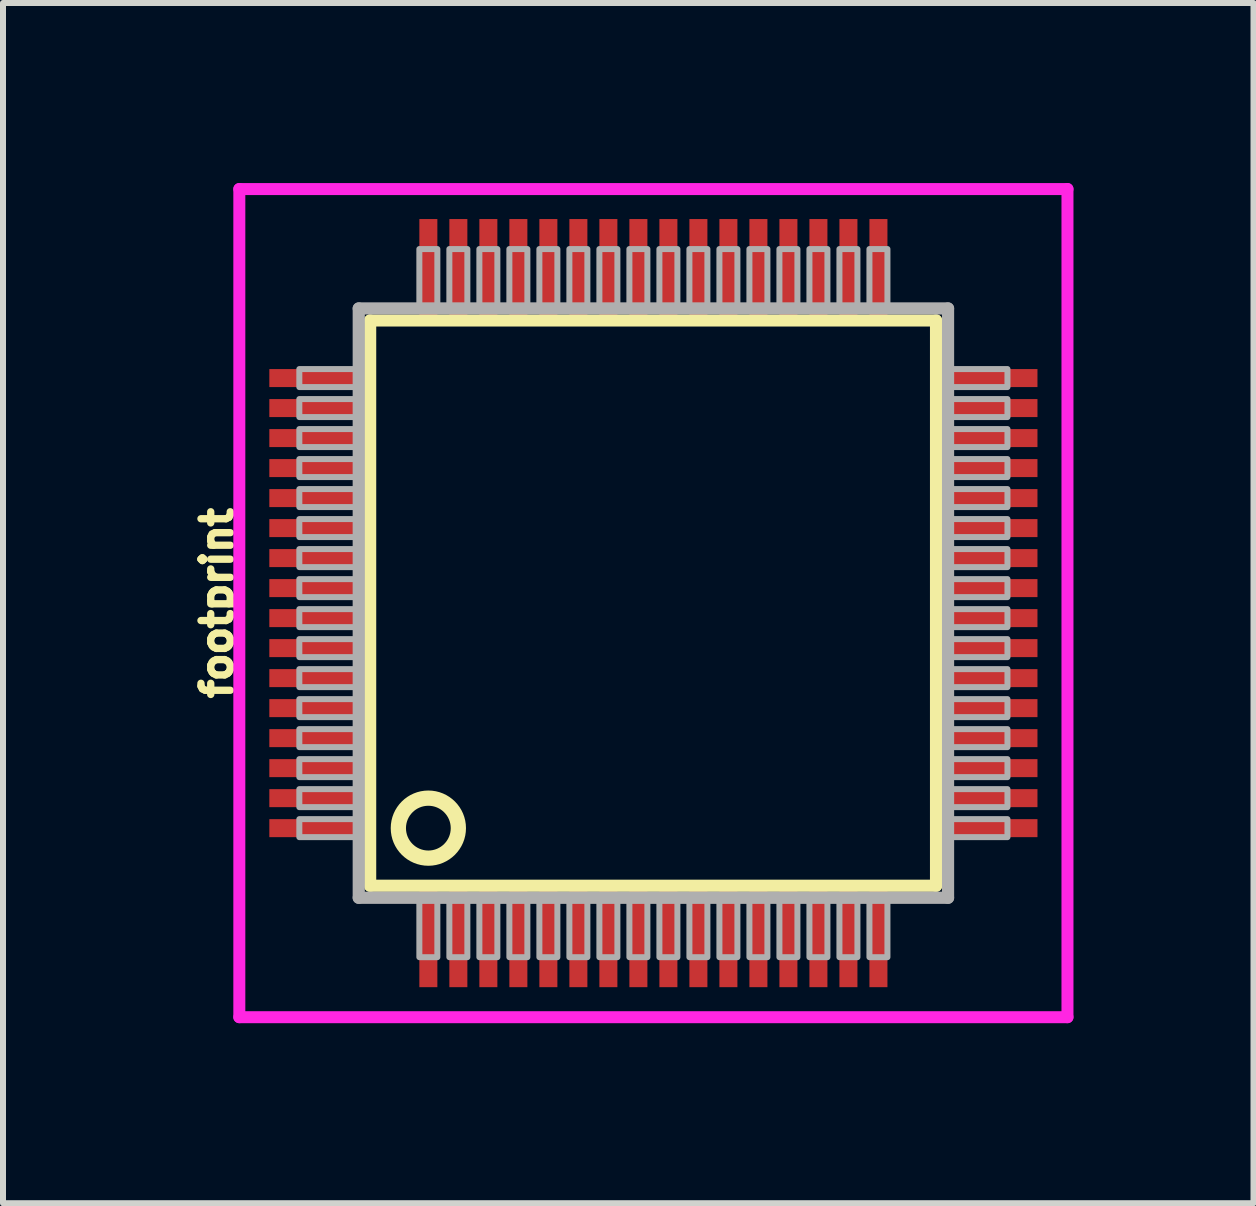
<source format=kicad_pcb>
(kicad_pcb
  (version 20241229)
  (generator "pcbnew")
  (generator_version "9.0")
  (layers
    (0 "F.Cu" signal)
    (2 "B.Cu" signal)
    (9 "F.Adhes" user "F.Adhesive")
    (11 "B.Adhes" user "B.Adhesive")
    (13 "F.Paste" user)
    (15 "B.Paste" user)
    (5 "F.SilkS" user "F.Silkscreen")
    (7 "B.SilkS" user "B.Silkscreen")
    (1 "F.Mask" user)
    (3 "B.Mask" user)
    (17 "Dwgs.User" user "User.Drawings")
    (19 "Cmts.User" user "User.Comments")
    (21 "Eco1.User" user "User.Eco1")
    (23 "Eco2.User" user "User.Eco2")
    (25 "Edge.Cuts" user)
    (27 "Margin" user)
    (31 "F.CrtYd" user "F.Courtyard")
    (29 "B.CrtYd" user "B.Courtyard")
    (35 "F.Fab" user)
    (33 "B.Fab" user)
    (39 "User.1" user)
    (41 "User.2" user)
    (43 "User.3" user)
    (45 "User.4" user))
  (footprint "footprint"
    (layer "F.Cu")
    (at 7.838 7)
    (property "Reference" "footprint" (at -6.985 0 90) (layer "F.SilkS") (effects (font (size 0.488 0.488) (thickness 0.122)) (justify bottom)))
    (fp_line (start -4.72 -4.71) (end 4.71 -4.71) (stroke (width 0.203) (type solid)) (layer "F.SilkS"))
    (fp_line (start -4.72 4.71) (end -4.72 -4.71) (stroke (width 0.203) (type solid)) (layer "F.SilkS"))
    (fp_line (start 4.71 -4.71) (end 4.71 4.71) (stroke (width 0.203) (type solid)) (layer "F.SilkS"))
    (fp_line (start 4.71 4.71) (end -4.72 4.71) (stroke (width 0.203) (type solid)) (layer "F.SilkS"))
    (fp_circle (center -3.75 3.75) (end -3.25 3.75) (stroke (width 0.254) (type solid)) (fill no) (layer "F.SilkS"))
    (fp_poly (pts (xy -6.307 -3.114) (xy -5.286 -3.114) (xy -5.286 -3.386) (xy -6.307 -3.386)) (stroke (width 0) (type solid)) (fill yes) (layer "F.Paste"))
    (fp_poly (pts (xy -6.307 -2.113) (xy -5.286 -2.113) (xy -5.286 -2.385) (xy -6.307 -2.385)) (stroke (width 0) (type solid)) (fill yes) (layer "F.Paste"))
    (fp_poly (pts (xy -6.307 -1.115) (xy -5.286 -1.115) (xy -5.286 -1.387) (xy -6.307 -1.387)) (stroke (width 0) (type solid)) (fill yes) (layer "F.Paste"))
    (fp_poly (pts (xy -6.307 -0.119) (xy -5.286 -0.119) (xy -5.286 -0.391) (xy -6.307 -0.391)) (stroke (width 0) (type solid)) (fill yes) (layer "F.Paste"))
    (fp_poly (pts (xy -6.307 0.886) (xy -5.286 0.886) (xy -5.286 0.615) (xy -6.307 0.615)) (stroke (width 0) (type solid)) (fill yes) (layer "F.Paste"))
    (fp_poly (pts (xy -6.307 1.885) (xy -5.286 1.885) (xy -5.286 1.613) (xy -6.307 1.613)) (stroke (width 0) (type solid)) (fill yes) (layer "F.Paste"))
    (fp_poly (pts (xy -6.307 2.885) (xy -5.286 2.885) (xy -5.286 2.614) (xy -6.307 2.614)) (stroke (width 0) (type solid)) (fill yes) (layer "F.Paste"))
    (fp_poly (pts (xy -6.307 3.884) (xy -5.286 3.884) (xy -5.286 3.612) (xy -6.307 3.612)) (stroke (width 0) (type solid)) (fill yes) (layer "F.Paste"))
    (fp_poly (pts (xy -6.068 -3.614) (xy -5.047 -3.614) (xy -5.047 -3.886) (xy -6.068 -3.886)) (stroke (width 0) (type solid)) (fill yes) (layer "F.Paste"))
    (fp_poly (pts (xy -6.068 -2.614) (xy -5.047 -2.614) (xy -5.047 -2.885) (xy -6.068 -2.885)) (stroke (width 0) (type solid)) (fill yes) (layer "F.Paste"))
    (fp_poly (pts (xy -6.068 -1.615) (xy -5.047 -1.615) (xy -5.047 -1.887) (xy -6.068 -1.887)) (stroke (width 0) (type solid)) (fill yes) (layer "F.Paste"))
    (fp_poly (pts (xy -6.068 -0.62) (xy -5.047 -0.62) (xy -5.047 -0.891) (xy -6.068 -0.891)) (stroke (width 0) (type solid)) (fill yes) (layer "F.Paste"))
    (fp_poly (pts (xy -6.068 0.386) (xy -5.047 0.386) (xy -5.047 0.114) (xy -6.068 0.114)) (stroke (width 0) (type solid)) (fill yes) (layer "F.Paste"))
    (fp_poly (pts (xy -6.068 1.384) (xy -5.047 1.384) (xy -5.047 1.113) (xy -6.068 1.113)) (stroke (width 0) (type solid)) (fill yes) (layer "F.Paste"))
    (fp_poly (pts (xy -6.068 2.385) (xy -5.047 2.385) (xy -5.047 2.113) (xy -6.068 2.113)) (stroke (width 0) (type solid)) (fill yes) (layer "F.Paste"))
    (fp_poly (pts (xy -6.068 3.383) (xy -5.047 3.383) (xy -5.047 3.111) (xy -6.068 3.111)) (stroke (width 0) (type solid)) (fill yes) (layer "F.Paste"))
    (fp_poly (pts (xy -3.614 6.032) (xy -3.614 5.011) (xy -3.886 5.011) (xy -3.886 6.032)) (stroke (width 0) (type solid)) (fill yes) (layer "F.Paste"))
    (fp_poly (pts (xy -3.612 -5.293) (xy -3.612 -6.314) (xy -3.884 -6.314) (xy -3.884 -5.293)) (stroke (width 0) (type solid)) (fill yes) (layer "F.Paste"))
    (fp_poly (pts (xy -3.114 6.271) (xy -3.114 5.25) (xy -3.386 5.25) (xy -3.386 6.271)) (stroke (width 0) (type solid)) (fill yes) (layer "F.Paste"))
    (fp_poly (pts (xy -3.111 -5.055) (xy -3.111 -6.076) (xy -3.383 -6.076) (xy -3.383 -5.055)) (stroke (width 0) (type solid)) (fill yes) (layer "F.Paste"))
    (fp_poly (pts (xy -2.614 6.032) (xy -2.614 5.011) (xy -2.885 5.011) (xy -2.885 6.032)) (stroke (width 0) (type solid)) (fill yes) (layer "F.Paste"))
    (fp_poly (pts (xy -2.611 -5.293) (xy -2.611 -6.314) (xy -2.883 -6.314) (xy -2.883 -5.293)) (stroke (width 0) (type solid)) (fill yes) (layer "F.Paste"))
    (fp_poly (pts (xy -2.113 6.271) (xy -2.113 5.25) (xy -2.385 5.25) (xy -2.385 6.271)) (stroke (width 0) (type solid)) (fill yes) (layer "F.Paste"))
    (fp_poly (pts (xy -2.111 -5.055) (xy -2.111 -6.076) (xy -2.382 -6.076) (xy -2.382 -5.055)) (stroke (width 0) (type solid)) (fill yes) (layer "F.Paste"))
    (fp_poly (pts (xy -1.615 6.032) (xy -1.615 5.011) (xy -1.887 5.011) (xy -1.887 6.032)) (stroke (width 0) (type solid)) (fill yes) (layer "F.Paste"))
    (fp_poly (pts (xy -1.613 -5.293) (xy -1.613 -6.314) (xy -1.885 -6.314) (xy -1.885 -5.293)) (stroke (width 0) (type solid)) (fill yes) (layer "F.Paste"))
    (fp_poly (pts (xy -1.115 6.271) (xy -1.115 5.25) (xy -1.387 5.25) (xy -1.387 6.271)) (stroke (width 0) (type solid)) (fill yes) (layer "F.Paste"))
    (fp_poly (pts (xy -1.113 -5.055) (xy -1.113 -6.076) (xy -1.384 -6.076) (xy -1.384 -5.055)) (stroke (width 0) (type solid)) (fill yes) (layer "F.Paste"))
    (fp_poly (pts (xy -0.62 6.032) (xy -0.62 5.011) (xy -0.891 5.011) (xy -0.891 6.032)) (stroke (width 0) (type solid)) (fill yes) (layer "F.Paste"))
    (fp_poly (pts (xy -0.617 -5.293) (xy -0.617 -6.314) (xy -0.889 -6.314) (xy -0.889 -5.293)) (stroke (width 0) (type solid)) (fill yes) (layer "F.Paste"))
    (fp_poly (pts (xy -0.119 6.271) (xy -0.119 5.25) (xy -0.391 5.25) (xy -0.391 6.271)) (stroke (width 0) (type solid)) (fill yes) (layer "F.Paste"))
    (fp_poly (pts (xy -0.117 -5.055) (xy -0.117 -6.076) (xy -0.389 -6.076) (xy -0.389 -5.055)) (stroke (width 0) (type solid)) (fill yes) (layer "F.Paste"))
    (fp_poly (pts (xy 0.386 6.032) (xy 0.386 5.011) (xy 0.114 5.011) (xy 0.114 6.032)) (stroke (width 0) (type solid)) (fill yes) (layer "F.Paste"))
    (fp_poly (pts (xy 0.389 -5.293) (xy 0.389 -6.314) (xy 0.117 -6.314) (xy 0.117 -5.293)) (stroke (width 0) (type solid)) (fill yes) (layer "F.Paste"))
    (fp_poly (pts (xy 0.886 6.271) (xy 0.886 5.25) (xy 0.615 5.25) (xy 0.615 6.271)) (stroke (width 0) (type solid)) (fill yes) (layer "F.Paste"))
    (fp_poly (pts (xy 0.889 -5.055) (xy 0.889 -6.076) (xy 0.617 -6.076) (xy 0.617 -5.055)) (stroke (width 0) (type solid)) (fill yes) (layer "F.Paste"))
    (fp_poly (pts (xy 1.384 6.032) (xy 1.384 5.011) (xy 1.113 5.011) (xy 1.113 6.032)) (stroke (width 0) (type solid)) (fill yes) (layer "F.Paste"))
    (fp_poly (pts (xy 1.387 -5.293) (xy 1.387 -6.314) (xy 1.115 -6.314) (xy 1.115 -5.293)) (stroke (width 0) (type solid)) (fill yes) (layer "F.Paste"))
    (fp_poly (pts (xy 1.885 6.271) (xy 1.885 5.25) (xy 1.613 5.25) (xy 1.613 6.271)) (stroke (width 0) (type solid)) (fill yes) (layer "F.Paste"))
    (fp_poly (pts (xy 1.887 -5.055) (xy 1.887 -6.076) (xy 1.615 -6.076) (xy 1.615 -5.055)) (stroke (width 0) (type solid)) (fill yes) (layer "F.Paste"))
    (fp_poly (pts (xy 2.385 6.032) (xy 2.385 5.011) (xy 2.113 5.011) (xy 2.113 6.032)) (stroke (width 0) (type solid)) (fill yes) (layer "F.Paste"))
    (fp_poly (pts (xy 2.388 -5.293) (xy 2.388 -6.314) (xy 2.116 -6.314) (xy 2.116 -5.293)) (stroke (width 0) (type solid)) (fill yes) (layer "F.Paste"))
    (fp_poly (pts (xy 2.885 6.271) (xy 2.885 5.25) (xy 2.614 5.25) (xy 2.614 6.271)) (stroke (width 0) (type solid)) (fill yes) (layer "F.Paste"))
    (fp_poly (pts (xy 2.888 -5.055) (xy 2.888 -6.076) (xy 2.616 -6.076) (xy 2.616 -5.055)) (stroke (width 0) (type solid)) (fill yes) (layer "F.Paste"))
    (fp_poly (pts (xy 3.383 6.032) (xy 3.383 5.011) (xy 3.111 5.011) (xy 3.111 6.032)) (stroke (width 0) (type solid)) (fill yes) (layer "F.Paste"))
    (fp_poly (pts (xy 3.386 -5.293) (xy 3.386 -6.314) (xy 3.114 -6.314) (xy 3.114 -5.293)) (stroke (width 0) (type solid)) (fill yes) (layer "F.Paste"))
    (fp_poly (pts (xy 3.884 6.271) (xy 3.884 5.25) (xy 3.612 5.25) (xy 3.612 6.271)) (stroke (width 0) (type solid)) (fill yes) (layer "F.Paste"))
    (fp_poly (pts (xy 3.886 -5.055) (xy 3.886 -6.076) (xy 3.614 -6.076) (xy 3.614 -5.055)) (stroke (width 0) (type solid)) (fill yes) (layer "F.Paste"))
    (fp_poly (pts (xy 5.05 -3.111) (xy 6.071 -3.111) (xy 6.071 -3.383) (xy 5.05 -3.383)) (stroke (width 0) (type solid)) (fill yes) (layer "F.Paste"))
    (fp_poly (pts (xy 5.05 -2.111) (xy 6.071 -2.111) (xy 6.071 -2.382) (xy 5.05 -2.382)) (stroke (width 0) (type solid)) (fill yes) (layer "F.Paste"))
    (fp_poly (pts (xy 5.05 -1.113) (xy 6.071 -1.113) (xy 6.071 -1.384) (xy 5.05 -1.384)) (stroke (width 0) (type solid)) (fill yes) (layer "F.Paste"))
    (fp_poly (pts (xy 5.05 -0.117) (xy 6.071 -0.117) (xy 6.071 -0.389) (xy 5.05 -0.389)) (stroke (width 0) (type solid)) (fill yes) (layer "F.Paste"))
    (fp_poly (pts (xy 5.05 0.889) (xy 6.071 0.889) (xy 6.071 0.617) (xy 5.05 0.617)) (stroke (width 0) (type solid)) (fill yes) (layer "F.Paste"))
    (fp_poly (pts (xy 5.05 1.887) (xy 6.071 1.887) (xy 6.071 1.615) (xy 5.05 1.615)) (stroke (width 0) (type solid)) (fill yes) (layer "F.Paste"))
    (fp_poly (pts (xy 5.05 2.888) (xy 6.071 2.888) (xy 6.071 2.616) (xy 5.05 2.616)) (stroke (width 0) (type solid)) (fill yes) (layer "F.Paste"))
    (fp_poly (pts (xy 5.05 3.886) (xy 6.071 3.886) (xy 6.071 3.614) (xy 5.05 3.614)) (stroke (width 0) (type solid)) (fill yes) (layer "F.Paste"))
    (fp_poly (pts (xy 5.288 -3.612) (xy 6.309 -3.612) (xy 6.309 -3.884) (xy 5.288 -3.884)) (stroke (width 0) (type solid)) (fill yes) (layer "F.Paste"))
    (fp_poly (pts (xy 5.288 -2.611) (xy 6.309 -2.611) (xy 6.309 -2.883) (xy 5.288 -2.883)) (stroke (width 0) (type solid)) (fill yes) (layer "F.Paste"))
    (fp_poly (pts (xy 5.288 -1.613) (xy 6.309 -1.613) (xy 6.309 -1.885) (xy 5.288 -1.885)) (stroke (width 0) (type solid)) (fill yes) (layer "F.Paste"))
    (fp_poly (pts (xy 5.288 -0.617) (xy 6.309 -0.617) (xy 6.309 -0.889) (xy 5.288 -0.889)) (stroke (width 0) (type solid)) (fill yes) (layer "F.Paste"))
    (fp_poly (pts (xy 5.288 0.389) (xy 6.309 0.389) (xy 6.309 0.117) (xy 5.288 0.117)) (stroke (width 0) (type solid)) (fill yes) (layer "F.Paste"))
    (fp_poly (pts (xy 5.288 1.387) (xy 6.309 1.387) (xy 6.309 1.115) (xy 5.288 1.115)) (stroke (width 0) (type solid)) (fill yes) (layer "F.Paste"))
    (fp_poly (pts (xy 5.288 2.388) (xy 6.309 2.388) (xy 6.309 2.116) (xy 5.288 2.116)) (stroke (width 0) (type solid)) (fill yes) (layer "F.Paste"))
    (fp_poly (pts (xy 5.288 3.386) (xy 6.309 3.386) (xy 6.309 3.114) (xy 5.288 3.114)) (stroke (width 0) (type solid)) (fill yes) (layer "F.Paste"))
    (fp_line (start -6.9 -6.9) (end 6.9 -6.9) (stroke (width 0.2) (type solid)) (layer "F.CrtYd"))
    (fp_line (start -6.9 6.9) (end -6.9 -6.9) (stroke (width 0.2) (type solid)) (layer "F.CrtYd"))
    (fp_line (start 6.9 -6.9) (end 6.9 6.9) (stroke (width 0.2) (type solid)) (layer "F.CrtYd"))
    (fp_line (start 6.9 6.9) (end -6.9 6.9) (stroke (width 0.2) (type solid)) (layer "F.CrtYd"))
    (fp_line (start -4.91 -4.91) (end -4.91 4.91) (stroke (width 0.203) (type solid)) (layer "F.Fab"))
    (fp_line (start -4.91 4.91) (end 4.91 4.91) (stroke (width 0.203) (type solid)) (layer "F.Fab"))
    (fp_line (start 4.91 -4.91) (end -4.91 -4.91) (stroke (width 0.203) (type solid)) (layer "F.Fab"))
    (fp_line (start 4.91 4.91) (end 4.91 -4.91) (stroke (width 0.203) (type solid)) (layer "F.Fab"))
    (fp_poly (pts (xy -5.9 -3.6) (xy -4.95 -3.6) (xy -4.95 -3.9) (xy -5.9 -3.9)) (stroke (width 0.1) (type solid)) (fill no) (layer "F.Fab"))
    (fp_poly (pts (xy -5.9 -3.1) (xy -4.95 -3.1) (xy -4.95 -3.4) (xy -5.9 -3.4)) (stroke (width 0.1) (type solid)) (fill no) (layer "F.Fab"))
    (fp_poly (pts (xy -5.9 -2.6) (xy -4.95 -2.6) (xy -4.95 -2.9) (xy -5.9 -2.9)) (stroke (width 0.1) (type solid)) (fill no) (layer "F.Fab"))
    (fp_poly (pts (xy -5.9 -2.1) (xy -4.95 -2.1) (xy -4.95 -2.4) (xy -5.9 -2.4)) (stroke (width 0.1) (type solid)) (fill no) (layer "F.Fab"))
    (fp_poly (pts (xy -5.9 -1.6) (xy -4.95 -1.6) (xy -4.95 -1.9) (xy -5.9 -1.9)) (stroke (width 0.1) (type solid)) (fill no) (layer "F.Fab"))
    (fp_poly (pts (xy -5.9 -1.1) (xy -4.95 -1.1) (xy -4.95 -1.4) (xy -5.9 -1.4)) (stroke (width 0.1) (type solid)) (fill no) (layer "F.Fab"))
    (fp_poly (pts (xy -5.9 -0.6) (xy -4.95 -0.6) (xy -4.95 -0.9) (xy -5.9 -0.9)) (stroke (width 0.1) (type solid)) (fill no) (layer "F.Fab"))
    (fp_poly (pts (xy -5.9 -0.1) (xy -4.95 -0.1) (xy -4.95 -0.4) (xy -5.9 -0.4)) (stroke (width 0.1) (type solid)) (fill no) (layer "F.Fab"))
    (fp_poly (pts (xy -5.9 0.4) (xy -4.95 0.4) (xy -4.95 0.1) (xy -5.9 0.1)) (stroke (width 0.1) (type solid)) (fill no) (layer "F.Fab"))
    (fp_poly (pts (xy -5.9 0.9) (xy -4.95 0.9) (xy -4.95 0.6) (xy -5.9 0.6)) (stroke (width 0.1) (type solid)) (fill no) (layer "F.Fab"))
    (fp_poly (pts (xy -5.9 1.4) (xy -4.95 1.4) (xy -4.95 1.1) (xy -5.9 1.1)) (stroke (width 0.1) (type solid)) (fill no) (layer "F.Fab"))
    (fp_poly (pts (xy -5.9 1.9) (xy -4.95 1.9) (xy -4.95 1.6) (xy -5.9 1.6)) (stroke (width 0.1) (type solid)) (fill no) (layer "F.Fab"))
    (fp_poly (pts (xy -5.9 2.4) (xy -4.95 2.4) (xy -4.95 2.1) (xy -5.9 2.1)) (stroke (width 0.1) (type solid)) (fill no) (layer "F.Fab"))
    (fp_poly (pts (xy -5.9 2.9) (xy -4.95 2.9) (xy -4.95 2.6) (xy -5.9 2.6)) (stroke (width 0.1) (type solid)) (fill no) (layer "F.Fab"))
    (fp_poly (pts (xy -5.9 3.4) (xy -4.95 3.4) (xy -4.95 3.1) (xy -5.9 3.1)) (stroke (width 0.1) (type solid)) (fill no) (layer "F.Fab"))
    (fp_poly (pts (xy -5.9 3.9) (xy -4.95 3.9) (xy -4.95 3.6) (xy -5.9 3.6)) (stroke (width 0.1) (type solid)) (fill no) (layer "F.Fab"))
    (fp_poly (pts (xy -3.9 -4.95) (xy -3.6 -4.95) (xy -3.6 -5.9) (xy -3.9 -5.9)) (stroke (width 0.1) (type solid)) (fill no) (layer "F.Fab"))
    (fp_poly (pts (xy -3.9 5.9) (xy -3.6 5.9) (xy -3.6 4.95) (xy -3.9 4.95)) (stroke (width 0.1) (type solid)) (fill no) (layer "F.Fab"))
    (fp_poly (pts (xy -3.4 -4.95) (xy -3.1 -4.95) (xy -3.1 -5.9) (xy -3.4 -5.9)) (stroke (width 0.1) (type solid)) (fill no) (layer "F.Fab"))
    (fp_poly (pts (xy -3.4 5.9) (xy -3.1 5.9) (xy -3.1 4.95) (xy -3.4 4.95)) (stroke (width 0.1) (type solid)) (fill no) (layer "F.Fab"))
    (fp_poly (pts (xy -2.9 -4.95) (xy -2.6 -4.95) (xy -2.6 -5.9) (xy -2.9 -5.9)) (stroke (width 0.1) (type solid)) (fill no) (layer "F.Fab"))
    (fp_poly (pts (xy -2.9 5.9) (xy -2.6 5.9) (xy -2.6 4.95) (xy -2.9 4.95)) (stroke (width 0.1) (type solid)) (fill no) (layer "F.Fab"))
    (fp_poly (pts (xy -2.4 -4.95) (xy -2.1 -4.95) (xy -2.1 -5.9) (xy -2.4 -5.9)) (stroke (width 0.1) (type solid)) (fill no) (layer "F.Fab"))
    (fp_poly (pts (xy -2.4 5.9) (xy -2.1 5.9) (xy -2.1 4.95) (xy -2.4 4.95)) (stroke (width 0.1) (type solid)) (fill no) (layer "F.Fab"))
    (fp_poly (pts (xy -1.9 -4.95) (xy -1.6 -4.95) (xy -1.6 -5.9) (xy -1.9 -5.9)) (stroke (width 0.1) (type solid)) (fill no) (layer "F.Fab"))
    (fp_poly (pts (xy -1.9 5.9) (xy -1.6 5.9) (xy -1.6 4.95) (xy -1.9 4.95)) (stroke (width 0.1) (type solid)) (fill no) (layer "F.Fab"))
    (fp_poly (pts (xy -1.4 -4.95) (xy -1.1 -4.95) (xy -1.1 -5.9) (xy -1.4 -5.9)) (stroke (width 0.1) (type solid)) (fill no) (layer "F.Fab"))
    (fp_poly (pts (xy -1.4 5.9) (xy -1.1 5.9) (xy -1.1 4.95) (xy -1.4 4.95)) (stroke (width 0.1) (type solid)) (fill no) (layer "F.Fab"))
    (fp_poly (pts (xy -0.9 -4.95) (xy -0.6 -4.95) (xy -0.6 -5.9) (xy -0.9 -5.9)) (stroke (width 0.1) (type solid)) (fill no) (layer "F.Fab"))
    (fp_poly (pts (xy -0.9 5.9) (xy -0.6 5.9) (xy -0.6 4.95) (xy -0.9 4.95)) (stroke (width 0.1) (type solid)) (fill no) (layer "F.Fab"))
    (fp_poly (pts (xy -0.4 -4.95) (xy -0.1 -4.95) (xy -0.1 -5.9) (xy -0.4 -5.9)) (stroke (width 0.1) (type solid)) (fill no) (layer "F.Fab"))
    (fp_poly (pts (xy -0.4 5.9) (xy -0.1 5.9) (xy -0.1 4.95) (xy -0.4 4.95)) (stroke (width 0.1) (type solid)) (fill no) (layer "F.Fab"))
    (fp_poly (pts (xy 0.1 -4.95) (xy 0.4 -4.95) (xy 0.4 -5.9) (xy 0.1 -5.9)) (stroke (width 0.1) (type solid)) (fill no) (layer "F.Fab"))
    (fp_poly (pts (xy 0.1 5.9) (xy 0.4 5.9) (xy 0.4 4.95) (xy 0.1 4.95)) (stroke (width 0.1) (type solid)) (fill no) (layer "F.Fab"))
    (fp_poly (pts (xy 0.6 -4.95) (xy 0.9 -4.95) (xy 0.9 -5.9) (xy 0.6 -5.9)) (stroke (width 0.1) (type solid)) (fill no) (layer "F.Fab"))
    (fp_poly (pts (xy 0.6 5.9) (xy 0.9 5.9) (xy 0.9 4.95) (xy 0.6 4.95)) (stroke (width 0.1) (type solid)) (fill no) (layer "F.Fab"))
    (fp_poly (pts (xy 1.1 -4.95) (xy 1.4 -4.95) (xy 1.4 -5.9) (xy 1.1 -5.9)) (stroke (width 0.1) (type solid)) (fill no) (layer "F.Fab"))
    (fp_poly (pts (xy 1.1 5.9) (xy 1.4 5.9) (xy 1.4 4.95) (xy 1.1 4.95)) (stroke (width 0.1) (type solid)) (fill no) (layer "F.Fab"))
    (fp_poly (pts (xy 1.6 -4.95) (xy 1.9 -4.95) (xy 1.9 -5.9) (xy 1.6 -5.9)) (stroke (width 0.1) (type solid)) (fill no) (layer "F.Fab"))
    (fp_poly (pts (xy 1.6 5.9) (xy 1.9 5.9) (xy 1.9 4.95) (xy 1.6 4.95)) (stroke (width 0.1) (type solid)) (fill no) (layer "F.Fab"))
    (fp_poly (pts (xy 2.1 -4.95) (xy 2.4 -4.95) (xy 2.4 -5.9) (xy 2.1 -5.9)) (stroke (width 0.1) (type solid)) (fill no) (layer "F.Fab"))
    (fp_poly (pts (xy 2.1 5.9) (xy 2.4 5.9) (xy 2.4 4.95) (xy 2.1 4.95)) (stroke (width 0.1) (type solid)) (fill no) (layer "F.Fab"))
    (fp_poly (pts (xy 2.6 -4.95) (xy 2.9 -4.95) (xy 2.9 -5.9) (xy 2.6 -5.9)) (stroke (width 0.1) (type solid)) (fill no) (layer "F.Fab"))
    (fp_poly (pts (xy 2.6 5.9) (xy 2.9 5.9) (xy 2.9 4.95) (xy 2.6 4.95)) (stroke (width 0.1) (type solid)) (fill no) (layer "F.Fab"))
    (fp_poly (pts (xy 3.1 -4.95) (xy 3.4 -4.95) (xy 3.4 -5.9) (xy 3.1 -5.9)) (stroke (width 0.1) (type solid)) (fill no) (layer "F.Fab"))
    (fp_poly (pts (xy 3.1 5.9) (xy 3.4 5.9) (xy 3.4 4.95) (xy 3.1 4.95)) (stroke (width 0.1) (type solid)) (fill no) (layer "F.Fab"))
    (fp_poly (pts (xy 3.6 -4.95) (xy 3.9 -4.95) (xy 3.9 -5.9) (xy 3.6 -5.9)) (stroke (width 0.1) (type solid)) (fill no) (layer "F.Fab"))
    (fp_poly (pts (xy 3.6 5.9) (xy 3.9 5.9) (xy 3.9 4.95) (xy 3.6 4.95)) (stroke (width 0.1) (type solid)) (fill no) (layer "F.Fab"))
    (fp_poly (pts (xy 4.95 -3.6) (xy 5.9 -3.6) (xy 5.9 -3.9) (xy 4.95 -3.9)) (stroke (width 0.1) (type solid)) (fill no) (layer "F.Fab"))
    (fp_poly (pts (xy 4.95 -3.1) (xy 5.9 -3.1) (xy 5.9 -3.4) (xy 4.95 -3.4)) (stroke (width 0.1) (type solid)) (fill no) (layer "F.Fab"))
    (fp_poly (pts (xy 4.95 -2.6) (xy 5.9 -2.6) (xy 5.9 -2.9) (xy 4.95 -2.9)) (stroke (width 0.1) (type solid)) (fill no) (layer "F.Fab"))
    (fp_poly (pts (xy 4.95 -2.1) (xy 5.9 -2.1) (xy 5.9 -2.4) (xy 4.95 -2.4)) (stroke (width 0.1) (type solid)) (fill no) (layer "F.Fab"))
    (fp_poly (pts (xy 4.95 -1.6) (xy 5.9 -1.6) (xy 5.9 -1.9) (xy 4.95 -1.9)) (stroke (width 0.1) (type solid)) (fill no) (layer "F.Fab"))
    (fp_poly (pts (xy 4.95 -1.1) (xy 5.9 -1.1) (xy 5.9 -1.4) (xy 4.95 -1.4)) (stroke (width 0.1) (type solid)) (fill no) (layer "F.Fab"))
    (fp_poly (pts (xy 4.95 -0.6) (xy 5.9 -0.6) (xy 5.9 -0.9) (xy 4.95 -0.9)) (stroke (width 0.1) (type solid)) (fill no) (layer "F.Fab"))
    (fp_poly (pts (xy 4.95 -0.1) (xy 5.9 -0.1) (xy 5.9 -0.4) (xy 4.95 -0.4)) (stroke (width 0.1) (type solid)) (fill no) (layer "F.Fab"))
    (fp_poly (pts (xy 4.95 0.4) (xy 5.9 0.4) (xy 5.9 0.1) (xy 4.95 0.1)) (stroke (width 0.1) (type solid)) (fill no) (layer "F.Fab"))
    (fp_poly (pts (xy 4.95 0.9) (xy 5.9 0.9) (xy 5.9 0.6) (xy 4.95 0.6)) (stroke (width 0.1) (type solid)) (fill no) (layer "F.Fab"))
    (fp_poly (pts (xy 4.95 1.4) (xy 5.9 1.4) (xy 5.9 1.1) (xy 4.95 1.1)) (stroke (width 0.1) (type solid)) (fill no) (layer "F.Fab"))
    (fp_poly (pts (xy 4.95 1.9) (xy 5.9 1.9) (xy 5.9 1.6) (xy 4.95 1.6)) (stroke (width 0.1) (type solid)) (fill no) (layer "F.Fab"))
    (fp_poly (pts (xy 4.95 2.4) (xy 5.9 2.4) (xy 5.9 2.1) (xy 4.95 2.1)) (stroke (width 0.1) (type solid)) (fill no) (layer "F.Fab"))
    (fp_poly (pts (xy 4.95 2.9) (xy 5.9 2.9) (xy 5.9 2.6) (xy 4.95 2.6)) (stroke (width 0.1) (type solid)) (fill no) (layer "F.Fab"))
    (fp_poly (pts (xy 4.95 3.4) (xy 5.9 3.4) (xy 5.9 3.1) (xy 4.95 3.1)) (stroke (width 0.1) (type solid)) (fill no) (layer "F.Fab"))
    (fp_poly (pts (xy 4.95 3.9) (xy 5.9 3.9) (xy 5.9 3.6) (xy 4.95 3.6)) (stroke (width 0.1) (type solid)) (fill no) (layer "F.Fab"))
    (pad "1" smd rect (at -3.75 5.6) (size 0.3 1.6) (layers "F.Cu" "F.Mask"))
    (pad "2" smd rect (at -3.25 5.6) (size 0.3 1.6) (layers "F.Cu" "F.Mask"))
    (pad "3" smd rect (at -2.75 5.6) (size 0.3 1.6) (layers "F.Cu" "F.Mask"))
    (pad "4" smd rect (at -2.25 5.6) (size 0.3 1.6) (layers "F.Cu" "F.Mask"))
    (pad "5" smd rect (at -1.75 5.6) (size 0.3 1.6) (layers "F.Cu" "F.Mask"))
    (pad "6" smd rect (at -1.25 5.6) (size 0.3 1.6) (layers "F.Cu" "F.Mask"))
    (pad "7" smd rect (at -0.75 5.6) (size 0.3 1.6) (layers "F.Cu" "F.Mask"))
    (pad "8" smd rect (at -0.25 5.6) (size 0.3 1.6) (layers "F.Cu" "F.Mask"))
    (pad "9" smd rect (at 0.25 5.6) (size 0.3 1.6) (layers "F.Cu" "F.Mask"))
    (pad "10" smd rect (at 0.75 5.6) (size 0.3 1.6) (layers "F.Cu" "F.Mask"))
    (pad "11" smd rect (at 1.25 5.6) (size 0.3 1.6) (layers "F.Cu" "F.Mask"))
    (pad "12" smd rect (at 1.75 5.6) (size 0.3 1.6) (layers "F.Cu" "F.Mask"))
    (pad "13" smd rect (at 2.25 5.6) (size 0.3 1.6) (layers "F.Cu" "F.Mask"))
    (pad "14" smd rect (at 2.75 5.6) (size 0.3 1.6) (layers "F.Cu" "F.Mask"))
    (pad "15" smd rect (at 3.25 5.6) (size 0.3 1.6) (layers "F.Cu" "F.Mask"))
    (pad "16" smd rect (at 3.75 5.6) (size 0.3 1.6) (layers "F.Cu" "F.Mask"))
    (pad "17" smd rect (at 5.6 3.75) (size 1.6 0.3) (layers "F.Cu" "F.Mask"))
    (pad "18" smd rect (at 5.6 3.25) (size 1.6 0.3) (layers "F.Cu" "F.Mask"))
    (pad "19" smd rect (at 5.6 2.75) (size 1.6 0.3) (layers "F.Cu" "F.Mask"))
    (pad "20" smd rect (at 5.6 2.25) (size 1.6 0.3) (layers "F.Cu" "F.Mask"))
    (pad "21" smd rect (at 5.6 1.75) (size 1.6 0.3) (layers "F.Cu" "F.Mask"))
    (pad "22" smd rect (at 5.6 1.25) (size 1.6 0.3) (layers "F.Cu" "F.Mask"))
    (pad "23" smd rect (at 5.6 0.75) (size 1.6 0.3) (layers "F.Cu" "F.Mask"))
    (pad "24" smd rect (at 5.6 0.25) (size 1.6 0.3) (layers "F.Cu" "F.Mask"))
    (pad "25" smd rect (at 5.6 -0.25) (size 1.6 0.3) (layers "F.Cu" "F.Mask"))
    (pad "26" smd rect (at 5.6 -0.75) (size 1.6 0.3) (layers "F.Cu" "F.Mask"))
    (pad "27" smd rect (at 5.6 -1.25) (size 1.6 0.3) (layers "F.Cu" "F.Mask"))
    (pad "28" smd rect (at 5.6 -1.75) (size 1.6 0.3) (layers "F.Cu" "F.Mask"))
    (pad "29" smd rect (at 5.6 -2.25) (size 1.6 0.3) (layers "F.Cu" "F.Mask"))
    (pad "30" smd rect (at 5.6 -2.75) (size 1.6 0.3) (layers "F.Cu" "F.Mask"))
    (pad "31" smd rect (at 5.6 -3.25) (size 1.6 0.3) (layers "F.Cu" "F.Mask"))
    (pad "32" smd rect (at 5.6 -3.75) (size 1.6 0.3) (layers "F.Cu" "F.Mask"))
    (pad "33" smd rect (at 3.75 -5.6) (size 0.3 1.6) (layers "F.Cu" "F.Mask"))
    (pad "34" smd rect (at 3.25 -5.6) (size 0.3 1.6) (layers "F.Cu" "F.Mask"))
    (pad "35" smd rect (at 2.75 -5.6) (size 0.3 1.6) (layers "F.Cu" "F.Mask"))
    (pad "36" smd rect (at 2.25 -5.6) (size 0.3 1.6) (layers "F.Cu" "F.Mask"))
    (pad "37" smd rect (at 1.75 -5.6) (size 0.3 1.6) (layers "F.Cu" "F.Mask"))
    (pad "38" smd rect (at 1.25 -5.6) (size 0.3 1.6) (layers "F.Cu" "F.Mask"))
    (pad "39" smd rect (at 0.75 -5.6) (size 0.3 1.6) (layers "F.Cu" "F.Mask"))
    (pad "40" smd rect (at 0.25 -5.6) (size 0.3 1.6) (layers "F.Cu" "F.Mask"))
    (pad "41" smd rect (at -0.25 -5.6) (size 0.3 1.6) (layers "F.Cu" "F.Mask"))
    (pad "42" smd rect (at -0.75 -5.6) (size 0.3 1.6) (layers "F.Cu" "F.Mask"))
    (pad "43" smd rect (at -1.25 -5.6) (size 0.3 1.6) (layers "F.Cu" "F.Mask"))
    (pad "44" smd rect (at -1.75 -5.6) (size 0.3 1.6) (layers "F.Cu" "F.Mask"))
    (pad "45" smd rect (at -2.25 -5.6) (size 0.3 1.6) (layers "F.Cu" "F.Mask"))
    (pad "46" smd rect (at -2.75 -5.6) (size 0.3 1.6) (layers "F.Cu" "F.Mask"))
    (pad "47" smd rect (at -3.25 -5.6) (size 0.3 1.6) (layers "F.Cu" "F.Mask"))
    (pad "48" smd rect (at -3.75 -5.6) (size 0.3 1.6) (layers "F.Cu" "F.Mask"))
    (pad "49" smd rect (at -5.6 -3.75) (size 1.6 0.3) (layers "F.Cu" "F.Mask"))
    (pad "50" smd rect (at -5.6 -3.25) (size 1.6 0.3) (layers "F.Cu" "F.Mask"))
    (pad "51" smd rect (at -5.6 -2.75) (size 1.6 0.3) (layers "F.Cu" "F.Mask"))
    (pad "52" smd rect (at -5.6 -2.25) (size 1.6 0.3) (layers "F.Cu" "F.Mask"))
    (pad "53" smd rect (at -5.6 -1.75) (size 1.6 0.3) (layers "F.Cu" "F.Mask"))
    (pad "54" smd rect (at -5.6 -1.25) (size 1.6 0.3) (layers "F.Cu" "F.Mask"))
    (pad "55" smd rect (at -5.6 -0.75) (size 1.6 0.3) (layers "F.Cu" "F.Mask"))
    (pad "56" smd rect (at -5.6 -0.25) (size 1.6 0.3) (layers "F.Cu" "F.Mask"))
    (pad "57" smd rect (at -5.6 0.25) (size 1.6 0.3) (layers "F.Cu" "F.Mask"))
    (pad "58" smd rect (at -5.6 0.75) (size 1.6 0.3) (layers "F.Cu" "F.Mask"))
    (pad "59" smd rect (at -5.6 1.25) (size 1.6 0.3) (layers "F.Cu" "F.Mask"))
    (pad "60" smd rect (at -5.6 1.75) (size 1.6 0.3) (layers "F.Cu" "F.Mask"))
    (pad "61" smd rect (at -5.6 2.25) (size 1.6 0.3) (layers "F.Cu" "F.Mask"))
    (pad "62" smd rect (at -5.6 2.75) (size 1.6 0.3) (layers "F.Cu" "F.Mask"))
    (pad "63" smd rect (at -5.6 3.25) (size 1.6 0.3) (layers "F.Cu" "F.Mask"))
    (pad "64" smd rect (at -5.6 3.75) (size 1.6 0.3) (layers "F.Cu" "F.Mask")))
  (gr_rect
    (start -3 -3)
    (end 17.838 17)
    (stroke (width 0.1) (type default))
    (fill no)
    (layer "Edge.Cuts")))
</source>
